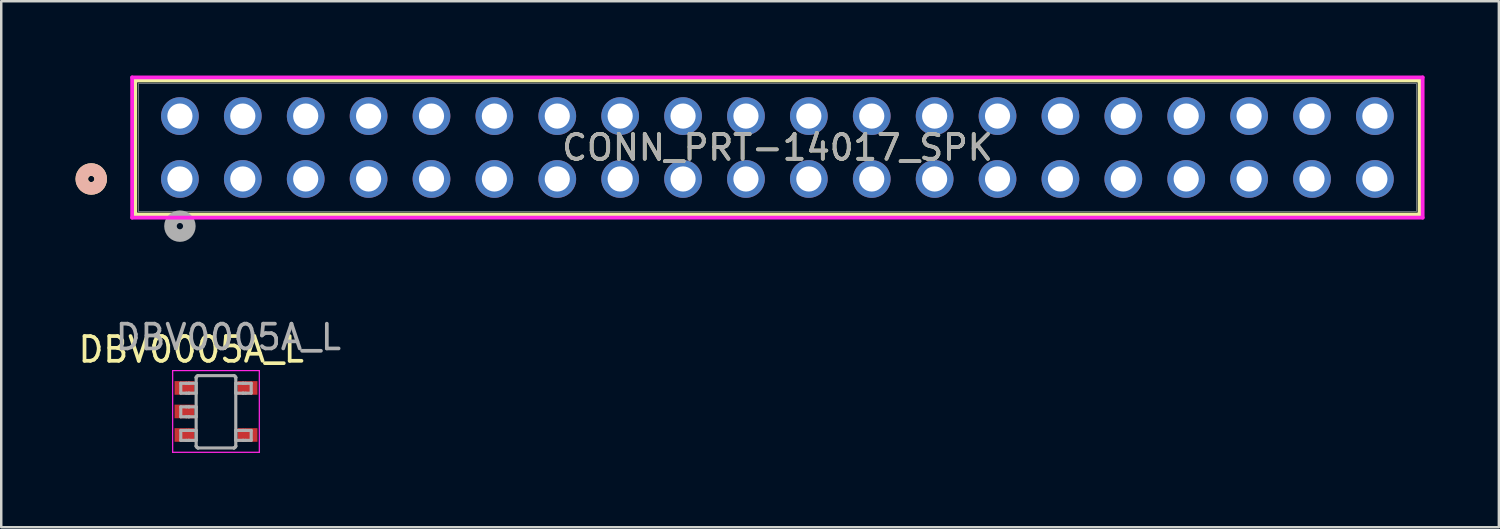
<source format=kicad_pcb>
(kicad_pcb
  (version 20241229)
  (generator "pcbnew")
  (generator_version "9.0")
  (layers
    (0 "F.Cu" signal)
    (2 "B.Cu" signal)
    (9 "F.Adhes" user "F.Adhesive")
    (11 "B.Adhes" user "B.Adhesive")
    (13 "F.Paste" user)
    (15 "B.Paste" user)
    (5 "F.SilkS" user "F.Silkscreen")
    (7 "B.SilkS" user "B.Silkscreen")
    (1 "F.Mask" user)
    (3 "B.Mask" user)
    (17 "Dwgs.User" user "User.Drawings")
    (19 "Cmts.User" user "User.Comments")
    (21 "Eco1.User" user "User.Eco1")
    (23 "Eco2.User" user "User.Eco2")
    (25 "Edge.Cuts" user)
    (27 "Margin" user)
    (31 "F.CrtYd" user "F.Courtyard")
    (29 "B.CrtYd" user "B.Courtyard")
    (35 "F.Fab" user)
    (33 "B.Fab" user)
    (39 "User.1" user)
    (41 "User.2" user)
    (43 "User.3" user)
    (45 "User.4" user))
  (footprint "DBV0005A_L"
    (layer "F.Cu")
    (at 5.673 13.567)
    (property "Reference" "DBV0005A_L" (at -1 -2.5 0) (unlocked yes) (layer "F.SilkS") (effects (font (size 1 1) (thickness 0.15))))
    (attr smd)
    (fp_line (start -1.75 -1.65) (end 1.75 -1.65) (stroke (width 0.05) (type solid)) (layer "F.CrtYd"))
    (fp_line (start -1.75 1.65) (end -1.75 -1.65) (stroke (width 0.05) (type solid)) (layer "F.CrtYd"))
    (fp_line (start -1.75 1.65) (end 1.75 1.65) (stroke (width 0.05) (type solid)) (layer "F.CrtYd"))
    (fp_line (start 1.75 1.65) (end 1.75 -1.65) (stroke (width 0.05) (type solid)) (layer "F.CrtYd"))
    (fp_line (start -1.423 -1.138) (end -1.199 -1.138) (stroke (width 0.127) (type solid)) (layer "F.Fab"))
    (fp_line (start -1.423 -0.738) (end -1.423 -1.138) (stroke (width 0.127) (type solid)) (layer "F.Fab"))
    (fp_line (start -1.423 -0.738) (end -1.199 -0.738) (stroke (width 0.127) (type solid)) (layer "F.Fab"))
    (fp_line (start -1.423 -0.186) (end -1.199 -0.186) (stroke (width 0.127) (type solid)) (layer "F.Fab"))
    (fp_line (start -1.423 0.215) (end -1.423 -0.186) (stroke (width 0.127) (type solid)) (layer "F.Fab"))
    (fp_line (start -1.423 0.215) (end -1.199 0.215) (stroke (width 0.127) (type solid)) (layer "F.Fab"))
    (fp_line (start -1.423 0.767) (end -1.199 0.767) (stroke (width 0.127) (type solid)) (layer "F.Fab"))
    (fp_line (start -1.423 1.167) (end -1.423 0.767) (stroke (width 0.127) (type solid)) (layer "F.Fab"))
    (fp_line (start -1.423 1.167) (end -1.199 1.167) (stroke (width 0.127) (type solid)) (layer "F.Fab"))
    (fp_line (start -1.199 -1.138) (end -1.105 -1.138) (stroke (width 0.127) (type solid)) (layer "F.Fab"))
    (fp_line (start -1.199 -0.738) (end -1.105 -0.738) (stroke (width 0.127) (type solid)) (layer "F.Fab"))
    (fp_line (start -1.199 -0.186) (end -1.105 -0.186) (stroke (width 0.127) (type solid)) (layer "F.Fab"))
    (fp_line (start -1.199 0.215) (end -1.105 0.215) (stroke (width 0.127) (type solid)) (layer "F.Fab"))
    (fp_line (start -1.199 0.767) (end -1.105 0.767) (stroke (width 0.127) (type solid)) (layer "F.Fab"))
    (fp_line (start -1.199 1.167) (end -1.105 1.167) (stroke (width 0.127) (type solid)) (layer "F.Fab"))
    (fp_line (start -1.105 -1.138) (end -1.088 -1.138) (stroke (width 0.127) (type solid)) (layer "F.Fab"))
    (fp_line (start -1.105 -0.738) (end -1.088 -0.738) (stroke (width 0.127) (type solid)) (layer "F.Fab"))
    (fp_line (start -1.105 -0.186) (end -1.088 -0.186) (stroke (width 0.127) (type solid)) (layer "F.Fab"))
    (fp_line (start -1.105 0.215) (end -1.088 0.215) (stroke (width 0.127) (type solid)) (layer "F.Fab"))
    (fp_line (start -1.105 0.767) (end -1.088 0.767) (stroke (width 0.127) (type solid)) (layer "F.Fab"))
    (fp_line (start -1.105 1.167) (end -1.088 1.167) (stroke (width 0.127) (type solid)) (layer "F.Fab"))
    (fp_line (start -1.088 -1.138) (end -0.835 -1.138) (stroke (width 0.127) (type solid)) (layer "F.Fab"))
    (fp_line (start -1.088 -0.738) (end -0.835 -0.738) (stroke (width 0.127) (type solid)) (layer "F.Fab"))
    (fp_line (start -1.088 -0.186) (end -0.835 -0.186) (stroke (width 0.127) (type solid)) (layer "F.Fab"))
    (fp_line (start -1.088 0.215) (end -0.835 0.215) (stroke (width 0.127) (type solid)) (layer "F.Fab"))
    (fp_line (start -1.088 0.767) (end -0.835 0.767) (stroke (width 0.127) (type solid)) (layer "F.Fab"))
    (fp_line (start -1.088 1.167) (end -0.835 1.167) (stroke (width 0.127) (type solid)) (layer "F.Fab"))
    (fp_line (start -0.835 -1.138) (end -0.801 -1.138) (stroke (width 0.127) (type solid)) (layer "F.Fab"))
    (fp_line (start -0.835 -0.738) (end -0.801 -0.738) (stroke (width 0.127) (type solid)) (layer "F.Fab"))
    (fp_line (start -0.835 -0.186) (end -0.801 -0.186) (stroke (width 0.127) (type solid)) (layer "F.Fab"))
    (fp_line (start -0.835 0.215) (end -0.801 0.215) (stroke (width 0.127) (type solid)) (layer "F.Fab"))
    (fp_line (start -0.835 0.767) (end -0.801 0.767) (stroke (width 0.127) (type solid)) (layer "F.Fab"))
    (fp_line (start -0.835 1.167) (end -0.801 1.167) (stroke (width 0.127) (type solid)) (layer "F.Fab"))
    (fp_line (start -0.801 -1.37) (end -0.801 -1.371) (stroke (width 0.127) (type solid)) (layer "F.Fab"))
    (fp_line (start -0.801 -0.738) (end -0.801 -1.138) (stroke (width 0.127) (type solid)) (layer "F.Fab"))
    (fp_line (start -0.801 0.215) (end -0.801 -0.186) (stroke (width 0.127) (type solid)) (layer "F.Fab"))
    (fp_line (start -0.801 1.167) (end -0.801 0.767) (stroke (width 0.127) (type solid)) (layer "F.Fab"))
    (fp_line (start -0.801 1.399) (end -0.801 -1.37) (stroke (width 0.127) (type solid)) (layer "F.Fab"))
    (fp_line (start -0.801 1.4) (end -0.801 1.399) (stroke (width 0.127) (type solid)) (layer "F.Fab"))
    (fp_line (start -0.725 -1.446) (end -0.725 -1.446) (stroke (width 0.127) (type solid)) (layer "F.Fab"))
    (fp_line (start -0.725 1.475) (end -0.725 1.475) (stroke (width 0.127) (type solid)) (layer "F.Fab"))
    (fp_line (start -0.725 -1.446) (end 0.723 -1.446) (stroke (width 0.127) (type solid)) (layer "F.Fab"))
    (fp_line (start -0.725 1.475) (end 0.723 1.475) (stroke (width 0.127) (type solid)) (layer "F.Fab"))
    (fp_line (start 0.723 -1.446) (end 0.724 -1.446) (stroke (width 0.127) (type solid)) (layer "F.Fab"))
    (fp_line (start 0.723 1.475) (end 0.724 1.475) (stroke (width 0.127) (type solid)) (layer "F.Fab"))
    (fp_line (start 0.799 -1.37) (end 0.799 -1.371) (stroke (width 0.127) (type solid)) (layer "F.Fab"))
    (fp_line (start 0.799 -1.138) (end 0.834 -1.138) (stroke (width 0.127) (type solid)) (layer "F.Fab"))
    (fp_line (start 0.799 -0.738) (end 0.799 -1.138) (stroke (width 0.127) (type solid)) (layer "F.Fab"))
    (fp_line (start 0.799 -0.738) (end 0.834 -0.738) (stroke (width 0.127) (type solid)) (layer "F.Fab"))
    (fp_line (start 0.799 0.767) (end 0.834 0.767) (stroke (width 0.127) (type solid)) (layer "F.Fab"))
    (fp_line (start 0.799 1.167) (end 0.799 0.767) (stroke (width 0.127) (type solid)) (layer "F.Fab"))
    (fp_line (start 0.799 1.167) (end 0.834 1.167) (stroke (width 0.127) (type solid)) (layer "F.Fab"))
    (fp_line (start 0.799 1.399) (end 0.799 -1.37) (stroke (width 0.127) (type solid)) (layer "F.Fab"))
    (fp_line (start 0.799 1.4) (end 0.799 1.399) (stroke (width 0.127) (type solid)) (layer "F.Fab"))
    (fp_line (start 0.834 -1.138) (end 1.087 -1.138) (stroke (width 0.127) (type solid)) (layer "F.Fab"))
    (fp_line (start 0.834 -0.738) (end 1.087 -0.738) (stroke (width 0.127) (type solid)) (layer "F.Fab"))
    (fp_line (start 0.834 0.767) (end 1.087 0.767) (stroke (width 0.127) (type solid)) (layer "F.Fab"))
    (fp_line (start 0.834 1.167) (end 1.087 1.167) (stroke (width 0.127) (type solid)) (layer "F.Fab"))
    (fp_line (start 1.087 -1.138) (end 1.103 -1.138) (stroke (width 0.127) (type solid)) (layer "F.Fab"))
    (fp_line (start 1.087 -0.738) (end 1.103 -0.738) (stroke (width 0.127) (type solid)) (layer "F.Fab"))
    (fp_line (start 1.087 0.767) (end 1.103 0.767) (stroke (width 0.127) (type solid)) (layer "F.Fab"))
    (fp_line (start 1.087 1.167) (end 1.103 1.167) (stroke (width 0.127) (type solid)) (layer "F.Fab"))
    (fp_line (start 1.103 -1.138) (end 1.198 -1.138) (stroke (width 0.127) (type solid)) (layer "F.Fab"))
    (fp_line (start 1.103 -0.738) (end 1.198 -0.738) (stroke (width 0.127) (type solid)) (layer "F.Fab"))
    (fp_line (start 1.103 0.767) (end 1.198 0.767) (stroke (width 0.127) (type solid)) (layer "F.Fab"))
    (fp_line (start 1.103 1.167) (end 1.198 1.167) (stroke (width 0.127) (type solid)) (layer "F.Fab"))
    (fp_line (start 1.198 -1.138) (end 1.422 -1.138) (stroke (width 0.127) (type solid)) (layer "F.Fab"))
    (fp_line (start 1.198 -0.738) (end 1.422 -0.738) (stroke (width 0.127) (type solid)) (layer "F.Fab"))
    (fp_line (start 1.198 0.767) (end 1.422 0.767) (stroke (width 0.127) (type solid)) (layer "F.Fab"))
    (fp_line (start 1.198 1.167) (end 1.422 1.167) (stroke (width 0.127) (type solid)) (layer "F.Fab"))
    (fp_line (start 1.422 -0.738) (end 1.422 -1.138) (stroke (width 0.127) (type solid)) (layer "F.Fab"))
    (fp_line (start 1.422 1.167) (end 1.422 0.767) (stroke (width 0.127) (type solid)) (layer "F.Fab"))
    (fp_arc (start -0.80074 -1.37084) (mid -0.778218 -1.423887) (end -0.724999 -1.445998) (stroke (width 0.127) (type solid)) (layer "F.Fab"))
    (fp_arc (start -0.724999 1.475) (mid -0.778213 1.452901) (end -0.80074 1.399867) (stroke (width 0.127) (type solid)) (layer "F.Fab"))
    (fp_arc (start 0.723714 -1.445998) (mid 0.776933 -1.423887) (end 0.799455 -1.37084) (stroke (width 0.127) (type solid)) (layer "F.Fab"))
    (fp_arc (start 0.799455 1.399868) (mid 0.776927 1.452901) (end 0.723713 1.475) (stroke (width 0.127) (type solid)) (layer "F.Fab"))
    (fp_text user "${REFERENCE}" (at 0.5 -3 0) (unlocked yes) (layer "F.Fab") (effects (font (size 1 1) (thickness 0.15))))
    (pad "1" smd rect (at -1.275 -0.95 90) (size 0.55 0.8) (layers "F.Cu" "F.Mask" "F.Paste"))
    (pad "2" smd rect (at -1.275 0 90) (size 0.55 0.8) (layers "F.Cu" "F.Mask" "F.Paste"))
    (pad "3" smd rect (at -1.275 0.95 90) (size 0.55 0.8) (layers "F.Cu" "F.Mask" "F.Paste"))
    (pad "4" smd rect (at 1.275 0.95 90) (size 0.55 0.8) (layers "F.Cu" "F.Mask" "F.Paste"))
    (pad "5" smd rect (at 1.275 -0.95 90) (size 0.55 0.8) (layers "F.Cu" "F.Mask" "F.Paste")))
  (footprint "CONN_PRT-14017_SPK"
    (layer "F.Cu")
    (at 4.216 4.178)
    (property "Reference" "CONN_PRT-14017_SPK" (at 24.13 -1.27 0) (unlocked yes) (layer "F.SilkS") (effects (font (size 1 1) (thickness 0.15))))
    (attr through_hole)
    (fp_line (start -1.803 -3.975) (end -1.803 1.435) (stroke (width 0.152) (type solid)) (layer "F.SilkS"))
    (fp_line (start -1.803 1.435) (end 50.063 1.435) (stroke (width 0.152) (type solid)) (layer "F.SilkS"))
    (fp_line (start 50.063 -3.975) (end -1.803 -3.975) (stroke (width 0.152) (type solid)) (layer "F.SilkS"))
    (fp_line (start 50.063 1.435) (end 50.063 -3.975) (stroke (width 0.152) (type solid)) (layer "F.SilkS"))
    (fp_circle (center -3.581 0) (end -3.2 0) (stroke (width 0.508) (type solid)) (fill no) (layer "F.SilkS"))
    (fp_circle (center -3.581 0) (end -3.2 0) (stroke (width 0.508) (type solid)) (fill no) (layer "B.SilkS"))
    (fp_line (start -1.93 -4.102) (end -1.93 1.562) (stroke (width 0.152) (type solid)) (layer "F.CrtYd"))
    (fp_line (start -1.93 1.562) (end 50.19 1.562) (stroke (width 0.152) (type solid)) (layer "F.CrtYd"))
    (fp_line (start 50.19 -4.102) (end -1.93 -4.102) (stroke (width 0.152) (type solid)) (layer "F.CrtYd"))
    (fp_line (start 50.19 1.562) (end 50.19 -4.102) (stroke (width 0.152) (type solid)) (layer "F.CrtYd"))
    (fp_line (start -1.676 -3.848) (end -1.676 1.308) (stroke (width 0.025) (type solid)) (layer "F.Fab"))
    (fp_line (start -1.676 1.308) (end 49.936 1.308) (stroke (width 0.025) (type solid)) (layer "F.Fab"))
    (fp_line (start 49.936 -3.848) (end -1.676 -3.848) (stroke (width 0.025) (type solid)) (layer "F.Fab"))
    (fp_line (start 49.936 1.308) (end 49.936 -3.848) (stroke (width 0.025) (type solid)) (layer "F.Fab"))
    (fp_circle (center 0 1.905) (end 0.381 1.905) (stroke (width 0.508) (type solid)) (fill no) (layer "F.Fab"))
    (fp_text user "${REFERENCE}" (at 24.13 -1.27 0) (unlocked yes) (layer "F.Fab") (effects (font (size 1 1) (thickness 0.15))))
    (pad "1" thru_hole circle (at 0 0) (size 1.524 1.524) (drill 1.016) (layers "*.Cu" "*.Mask"))
    (pad "2" thru_hole circle (at 0 -2.54) (size 1.524 1.524) (drill 1.016) (layers "*.Cu" "*.Mask"))
    (pad "3" thru_hole circle (at 2.54 0) (size 1.524 1.524) (drill 1.016) (layers "*.Cu" "*.Mask"))
    (pad "4" thru_hole circle (at 2.54 -2.54) (size 1.524 1.524) (drill 1.016) (layers "*.Cu" "*.Mask"))
    (pad "5" thru_hole circle (at 5.08 0) (size 1.524 1.524) (drill 1.016) (layers "*.Cu" "*.Mask"))
    (pad "6" thru_hole circle (at 5.08 -2.54) (size 1.524 1.524) (drill 1.016) (layers "*.Cu" "*.Mask"))
    (pad "7" thru_hole circle (at 7.62 0) (size 1.524 1.524) (drill 1.016) (layers "*.Cu" "*.Mask"))
    (pad "8" thru_hole circle (at 7.62 -2.54) (size 1.524 1.524) (drill 1.016) (layers "*.Cu" "*.Mask"))
    (pad "9" thru_hole circle (at 10.16 0) (size 1.524 1.524) (drill 1.016) (layers "*.Cu" "*.Mask"))
    (pad "10" thru_hole circle (at 10.16 -2.54) (size 1.524 1.524) (drill 1.016) (layers "*.Cu" "*.Mask"))
    (pad "11" thru_hole circle (at 12.7 0) (size 1.524 1.524) (drill 1.016) (layers "*.Cu" "*.Mask"))
    (pad "12" thru_hole circle (at 12.7 -2.54) (size 1.524 1.524) (drill 1.016) (layers "*.Cu" "*.Mask"))
    (pad "13" thru_hole circle (at 15.24 0) (size 1.524 1.524) (drill 1.016) (layers "*.Cu" "*.Mask"))
    (pad "14" thru_hole circle (at 15.24 -2.54) (size 1.524 1.524) (drill 1.016) (layers "*.Cu" "*.Mask"))
    (pad "15" thru_hole circle (at 17.78 0) (size 1.524 1.524) (drill 1.016) (layers "*.Cu" "*.Mask"))
    (pad "16" thru_hole circle (at 17.78 -2.54) (size 1.524 1.524) (drill 1.016) (layers "*.Cu" "*.Mask"))
    (pad "17" thru_hole circle (at 20.32 0) (size 1.524 1.524) (drill 1.016) (layers "*.Cu" "*.Mask"))
    (pad "18" thru_hole circle (at 20.32 -2.54) (size 1.524 1.524) (drill 1.016) (layers "*.Cu" "*.Mask"))
    (pad "19" thru_hole circle (at 22.86 0) (size 1.524 1.524) (drill 1.016) (layers "*.Cu" "*.Mask"))
    (pad "20" thru_hole circle (at 22.86 -2.54) (size 1.524 1.524) (drill 1.016) (layers "*.Cu" "*.Mask"))
    (pad "21" thru_hole circle (at 25.4 0) (size 1.524 1.524) (drill 1.016) (layers "*.Cu" "*.Mask"))
    (pad "22" thru_hole circle (at 25.4 -2.54) (size 1.524 1.524) (drill 1.016) (layers "*.Cu" "*.Mask"))
    (pad "23" thru_hole circle (at 27.94 0) (size 1.524 1.524) (drill 1.016) (layers "*.Cu" "*.Mask"))
    (pad "24" thru_hole circle (at 27.94 -2.54) (size 1.524 1.524) (drill 1.016) (layers "*.Cu" "*.Mask"))
    (pad "25" thru_hole circle (at 30.48 0) (size 1.524 1.524) (drill 1.016) (layers "*.Cu" "*.Mask"))
    (pad "26" thru_hole circle (at 30.48 -2.54) (size 1.524 1.524) (drill 1.016) (layers "*.Cu" "*.Mask"))
    (pad "27" thru_hole circle (at 33.02 0) (size 1.524 1.524) (drill 1.016) (layers "*.Cu" "*.Mask"))
    (pad "28" thru_hole circle (at 33.02 -2.54) (size 1.524 1.524) (drill 1.016) (layers "*.Cu" "*.Mask"))
    (pad "29" thru_hole circle (at 35.56 0) (size 1.524 1.524) (drill 1.016) (layers "*.Cu" "*.Mask"))
    (pad "30" thru_hole circle (at 35.56 -2.54) (size 1.524 1.524) (drill 1.016) (layers "*.Cu" "*.Mask"))
    (pad "31" thru_hole circle (at 38.1 0) (size 1.524 1.524) (drill 1.016) (layers "*.Cu" "*.Mask"))
    (pad "32" thru_hole circle (at 38.1 -2.54) (size 1.524 1.524) (drill 1.016) (layers "*.Cu" "*.Mask"))
    (pad "33" thru_hole circle (at 40.64 0) (size 1.524 1.524) (drill 1.016) (layers "*.Cu" "*.Mask"))
    (pad "34" thru_hole circle (at 40.64 -2.54) (size 1.524 1.524) (drill 1.016) (layers "*.Cu" "*.Mask"))
    (pad "35" thru_hole circle (at 43.18 0) (size 1.524 1.524) (drill 1.016) (layers "*.Cu" "*.Mask"))
    (pad "36" thru_hole circle (at 43.18 -2.54) (size 1.524 1.524) (drill 1.016) (layers "*.Cu" "*.Mask"))
    (pad "37" thru_hole circle (at 45.72 0) (size 1.524 1.524) (drill 1.016) (layers "*.Cu" "*.Mask"))
    (pad "38" thru_hole circle (at 45.72 -2.54) (size 1.524 1.524) (drill 1.016) (layers "*.Cu" "*.Mask"))
    (pad "39" thru_hole circle (at 48.26 0) (size 1.524 1.524) (drill 1.016) (layers "*.Cu" "*.Mask"))
    (pad "40" thru_hole circle (at 48.26 -2.54) (size 1.524 1.524) (drill 1.016) (layers "*.Cu" "*.Mask")))
  (gr_rect
    (start -3 -3)
    (end 57.483 18.242)
    (stroke (width 0.1) (type default))
    (fill no)
    (layer "Edge.Cuts")))
</source>
